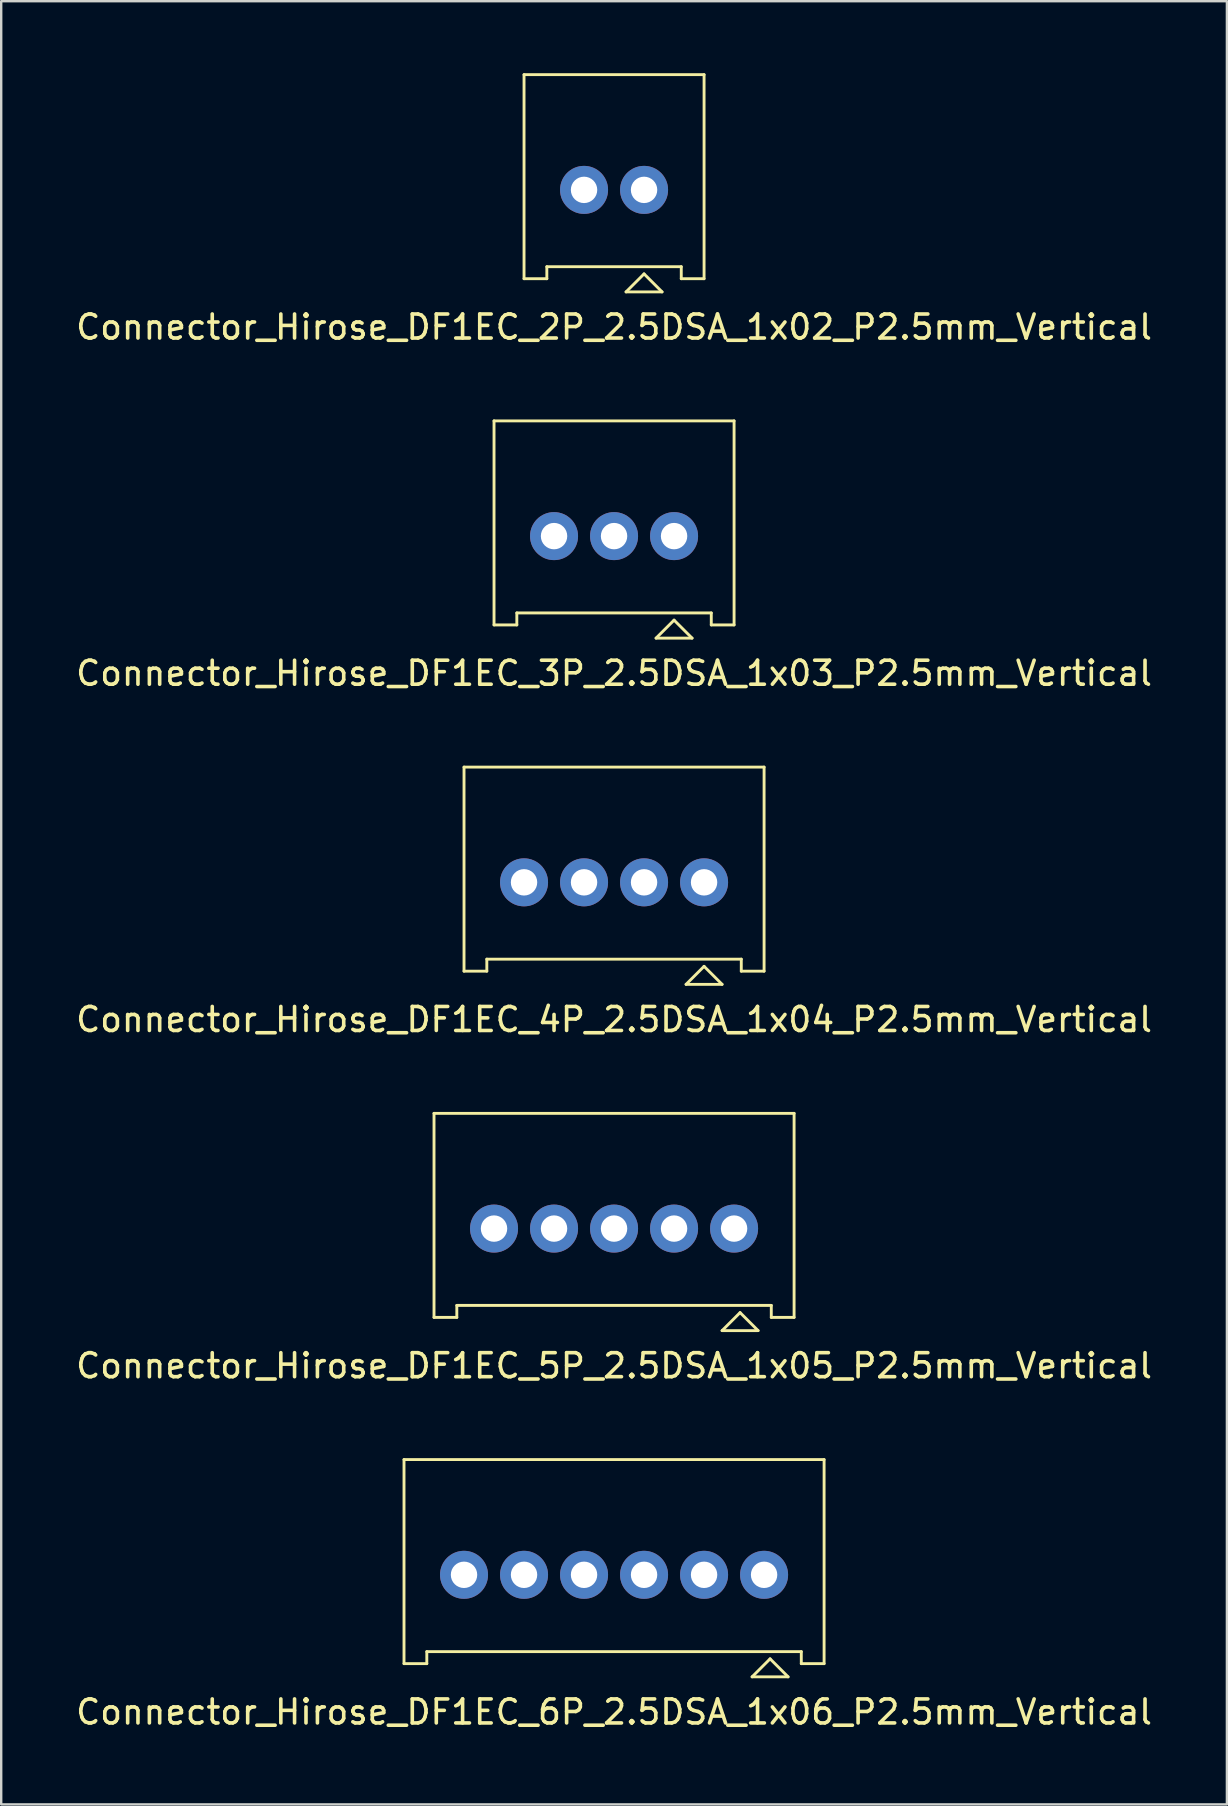
<source format=kicad_pcb>
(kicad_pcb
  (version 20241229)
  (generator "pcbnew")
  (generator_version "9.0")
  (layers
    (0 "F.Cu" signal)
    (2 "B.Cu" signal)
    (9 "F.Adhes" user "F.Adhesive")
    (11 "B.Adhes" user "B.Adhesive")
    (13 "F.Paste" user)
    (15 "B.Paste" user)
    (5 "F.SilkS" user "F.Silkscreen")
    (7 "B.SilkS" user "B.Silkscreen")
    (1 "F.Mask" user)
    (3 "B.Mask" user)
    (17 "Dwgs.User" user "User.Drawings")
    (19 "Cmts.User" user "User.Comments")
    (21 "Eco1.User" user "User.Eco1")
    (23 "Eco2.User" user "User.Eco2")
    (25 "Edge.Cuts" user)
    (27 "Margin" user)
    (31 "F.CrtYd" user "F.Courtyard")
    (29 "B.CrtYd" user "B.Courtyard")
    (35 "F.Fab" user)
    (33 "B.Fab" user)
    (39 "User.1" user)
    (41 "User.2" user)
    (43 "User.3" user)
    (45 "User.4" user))
  (footprint "Connector_Hirose_DF1EC_2P_2.5DSA_1x02_P2.5mm_Vertical"
    (layer "F.Cu")
    (at 22.53 4.86)
    (property "Reference" "Connector_Hirose_DF1EC_2P_2.5DSA_1x02_P2.5mm_Vertical" (at 0 5.715 0) (layer "F.SilkS") (effects (font (size 1 1) (thickness 0.15))))
    (attr through_hole)
    (fp_line (start -3.75 -4.8) (end -3.75 3.7) (stroke (width 0.12) (type solid)) (layer "F.SilkS"))
    (fp_line (start -3.75 -4.8) (end 3.75 -4.8) (stroke (width 0.12) (type solid)) (layer "F.SilkS"))
    (fp_line (start -2.8 3.2) (end 2.8 3.2) (stroke (width 0.12) (type solid)) (layer "F.SilkS"))
    (fp_line (start -2.8 3.7) (end -3.75 3.7) (stroke (width 0.12) (type solid)) (layer "F.SilkS"))
    (fp_line (start -2.8 3.7) (end -2.8 3.2) (stroke (width 0.12) (type solid)) (layer "F.SilkS"))
    (fp_line (start 0.5 4.25) (end 2 4.25) (stroke (width 0.12) (type solid)) (layer "F.SilkS"))
    (fp_line (start 1.25 3.5) (end 0.5 4.25) (stroke (width 0.12) (type solid)) (layer "F.SilkS"))
    (fp_line (start 2 4.25) (end 1.25 3.5) (stroke (width 0.12) (type solid)) (layer "F.SilkS"))
    (fp_line (start 2.8 3.7) (end 2.8 3.2) (stroke (width 0.12) (type solid)) (layer "F.SilkS"))
    (fp_line (start 3.75 -4.8) (end 3.75 3.7) (stroke (width 0.12) (type solid)) (layer "F.SilkS"))
    (fp_line (start 3.75 3.7) (end 2.8 3.7) (stroke (width 0.12) (type solid)) (layer "F.SilkS"))
    (pad "1" thru_hole circle (at 1.25 0) (size 2 2) (drill 1.1) (layers "*.Cu" "*.Mask"))
    (pad "2" thru_hole circle (at -1.25 0) (size 2 2) (drill 1.1) (layers "*.Cu" "*.Mask")))
  (footprint "Connector_Hirose_DF1EC_5P_2.5DSA_1x05_P2.5mm_Vertical"
    (layer "F.Cu")
    (at 22.53 48.13)
    (property "Reference" "Connector_Hirose_DF1EC_5P_2.5DSA_1x05_P2.5mm_Vertical" (at 0 5.715 0) (layer "F.SilkS") (effects (font (size 1 1) (thickness 0.15))))
    (attr through_hole)
    (fp_line (start -7.5 -4.8) (end -7.5 3.7) (stroke (width 0.12) (type solid)) (layer "F.SilkS"))
    (fp_line (start -7.5 -4.8) (end 7.5 -4.8) (stroke (width 0.12) (type solid)) (layer "F.SilkS"))
    (fp_line (start -6.55 3.2) (end 6.55 3.2) (stroke (width 0.12) (type solid)) (layer "F.SilkS"))
    (fp_line (start -6.55 3.7) (end -7.5 3.7) (stroke (width 0.12) (type solid)) (layer "F.SilkS"))
    (fp_line (start -6.55 3.7) (end -6.55 3.2) (stroke (width 0.12) (type solid)) (layer "F.SilkS"))
    (fp_line (start 4.5 4.25) (end 6 4.25) (stroke (width 0.12) (type solid)) (layer "F.SilkS"))
    (fp_line (start 5.25 3.5) (end 4.5 4.25) (stroke (width 0.12) (type solid)) (layer "F.SilkS"))
    (fp_line (start 6 4.25) (end 5.25 3.5) (stroke (width 0.12) (type solid)) (layer "F.SilkS"))
    (fp_line (start 6.55 3.7) (end 6.55 3.2) (stroke (width 0.12) (type solid)) (layer "F.SilkS"))
    (fp_line (start 7.5 -4.8) (end 7.5 3.7) (stroke (width 0.12) (type solid)) (layer "F.SilkS"))
    (fp_line (start 7.5 3.7) (end 6.55 3.7) (stroke (width 0.12) (type solid)) (layer "F.SilkS"))
    (pad "1" thru_hole circle (at 5 0) (size 2 2) (drill 1.1) (layers "*.Cu" "*.Mask"))
    (pad "2" thru_hole circle (at 2.5 0) (size 2 2) (drill 1.1) (layers "*.Cu" "*.Mask"))
    (pad "3" thru_hole circle (at 0 0) (size 2 2) (drill 1.1) (layers "*.Cu" "*.Mask"))
    (pad "4" thru_hole circle (at -2.5 0) (size 2 2) (drill 1.1) (layers "*.Cu" "*.Mask"))
    (pad "5" thru_hole circle (at -5 0) (size 2 2) (drill 1.1) (layers "*.Cu" "*.Mask")))
  (footprint "Connector_Hirose_DF1EC_3P_2.5DSA_1x03_P2.5mm_Vertical"
    (layer "F.Cu")
    (at 22.53 19.283)
    (property "Reference" "Connector_Hirose_DF1EC_3P_2.5DSA_1x03_P2.5mm_Vertical" (at 0 5.715 0) (layer "F.SilkS") (effects (font (size 1 1) (thickness 0.15))))
    (attr through_hole)
    (fp_line (start -5 -4.8) (end -5 3.7) (stroke (width 0.12) (type solid)) (layer "F.SilkS"))
    (fp_line (start -5 -4.8) (end 5 -4.8) (stroke (width 0.12) (type solid)) (layer "F.SilkS"))
    (fp_line (start -4.05 3.2) (end 4.05 3.2) (stroke (width 0.12) (type solid)) (layer "F.SilkS"))
    (fp_line (start -4.05 3.7) (end -5 3.7) (stroke (width 0.12) (type solid)) (layer "F.SilkS"))
    (fp_line (start -4.05 3.7) (end -4.05 3.2) (stroke (width 0.12) (type solid)) (layer "F.SilkS"))
    (fp_line (start 1.75 4.25) (end 3.25 4.25) (stroke (width 0.12) (type solid)) (layer "F.SilkS"))
    (fp_line (start 2.5 3.5) (end 1.75 4.25) (stroke (width 0.12) (type solid)) (layer "F.SilkS"))
    (fp_line (start 3.25 4.25) (end 2.5 3.5) (stroke (width 0.12) (type solid)) (layer "F.SilkS"))
    (fp_line (start 4.05 3.7) (end 4.05 3.2) (stroke (width 0.12) (type solid)) (layer "F.SilkS"))
    (fp_line (start 5 -4.8) (end 5 3.7) (stroke (width 0.12) (type solid)) (layer "F.SilkS"))
    (fp_line (start 5 3.7) (end 4.05 3.7) (stroke (width 0.12) (type solid)) (layer "F.SilkS"))
    (pad "1" thru_hole circle (at 2.5 0) (size 2 2) (drill 1.1) (layers "*.Cu" "*.Mask"))
    (pad "2" thru_hole circle (at 0 0) (size 2 2) (drill 1.1) (layers "*.Cu" "*.Mask"))
    (pad "3" thru_hole circle (at -2.5 0) (size 2 2) (drill 1.1) (layers "*.Cu" "*.Mask")))
  (footprint "Connector_Hirose_DF1EC_6P_2.5DSA_1x06_P2.5mm_Vertical"
    (layer "F.Cu")
    (at 22.53 62.553)
    (property "Reference" "Connector_Hirose_DF1EC_6P_2.5DSA_1x06_P2.5mm_Vertical" (at 0 5.715 0) (layer "F.SilkS") (effects (font (size 1 1) (thickness 0.15))))
    (attr through_hole)
    (fp_line (start -8.75 -4.8) (end -8.75 3.7) (stroke (width 0.12) (type solid)) (layer "F.SilkS"))
    (fp_line (start -8.75 -4.8) (end 8.75 -4.8) (stroke (width 0.12) (type solid)) (layer "F.SilkS"))
    (fp_line (start -7.8 3.2) (end 7.8 3.2) (stroke (width 0.12) (type solid)) (layer "F.SilkS"))
    (fp_line (start -7.8 3.7) (end -8.75 3.7) (stroke (width 0.12) (type solid)) (layer "F.SilkS"))
    (fp_line (start -7.8 3.7) (end -7.8 3.2) (stroke (width 0.12) (type solid)) (layer "F.SilkS"))
    (fp_line (start 5.75 4.25) (end 7.25 4.25) (stroke (width 0.12) (type solid)) (layer "F.SilkS"))
    (fp_line (start 6.5 3.5) (end 5.75 4.25) (stroke (width 0.12) (type solid)) (layer "F.SilkS"))
    (fp_line (start 7.25 4.25) (end 6.5 3.5) (stroke (width 0.12) (type solid)) (layer "F.SilkS"))
    (fp_line (start 7.8 3.7) (end 7.8 3.2) (stroke (width 0.12) (type solid)) (layer "F.SilkS"))
    (fp_line (start 8.75 -4.8) (end 8.75 3.7) (stroke (width 0.12) (type solid)) (layer "F.SilkS"))
    (fp_line (start 8.75 3.7) (end 7.8 3.7) (stroke (width 0.12) (type solid)) (layer "F.SilkS"))
    (pad "1" thru_hole circle (at 6.25 0) (size 2 2) (drill 1.1) (layers "*.Cu" "*.Mask"))
    (pad "2" thru_hole circle (at 3.75 0) (size 2 2) (drill 1.1) (layers "*.Cu" "*.Mask"))
    (pad "3" thru_hole circle (at 1.25 0) (size 2 2) (drill 1.1) (layers "*.Cu" "*.Mask"))
    (pad "4" thru_hole circle (at -1.25 0) (size 2 2) (drill 1.1) (layers "*.Cu" "*.Mask"))
    (pad "5" thru_hole circle (at -3.75 0) (size 2 2) (drill 1.1) (layers "*.Cu" "*.Mask"))
    (pad "6" thru_hole circle (at -6.25 0) (size 2 2) (drill 1.1) (layers "*.Cu" "*.Mask")))
  (footprint "Connector_Hirose_DF1EC_4P_2.5DSA_1x04_P2.5mm_Vertical"
    (layer "F.Cu")
    (at 22.53 33.706)
    (property "Reference" "Connector_Hirose_DF1EC_4P_2.5DSA_1x04_P2.5mm_Vertical" (at 0 5.715 0) (layer "F.SilkS") (effects (font (size 1 1) (thickness 0.15))))
    (attr through_hole)
    (fp_line (start -6.25 -4.8) (end -6.25 3.7) (stroke (width 0.12) (type solid)) (layer "F.SilkS"))
    (fp_line (start -6.25 -4.8) (end 6.25 -4.8) (stroke (width 0.12) (type solid)) (layer "F.SilkS"))
    (fp_line (start -5.3 3.2) (end 5.3 3.2) (stroke (width 0.12) (type solid)) (layer "F.SilkS"))
    (fp_line (start -5.3 3.7) (end -6.25 3.7) (stroke (width 0.12) (type solid)) (layer "F.SilkS"))
    (fp_line (start -5.3 3.7) (end -5.3 3.2) (stroke (width 0.12) (type solid)) (layer "F.SilkS"))
    (fp_line (start 3 4.25) (end 4.5 4.25) (stroke (width 0.12) (type solid)) (layer "F.SilkS"))
    (fp_line (start 3.75 3.5) (end 3 4.25) (stroke (width 0.12) (type solid)) (layer "F.SilkS"))
    (fp_line (start 4.5 4.25) (end 3.75 3.5) (stroke (width 0.12) (type solid)) (layer "F.SilkS"))
    (fp_line (start 5.3 3.7) (end 5.3 3.2) (stroke (width 0.12) (type solid)) (layer "F.SilkS"))
    (fp_line (start 6.25 -4.8) (end 6.25 3.7) (stroke (width 0.12) (type solid)) (layer "F.SilkS"))
    (fp_line (start 6.25 3.7) (end 5.3 3.7) (stroke (width 0.12) (type solid)) (layer "F.SilkS"))
    (pad "1" thru_hole circle (at 3.75 0) (size 2 2) (drill 1.1) (layers "*.Cu" "*.Mask"))
    (pad "2" thru_hole circle (at 1.25 0) (size 2 2) (drill 1.1) (layers "*.Cu" "*.Mask"))
    (pad "3" thru_hole circle (at -1.25 0) (size 2 2) (drill 1.1) (layers "*.Cu" "*.Mask"))
    (pad "4" thru_hole circle (at -3.75 0) (size 2 2) (drill 1.1) (layers "*.Cu" "*.Mask")))
  (gr_rect
    (start -3 -3)
    (end 48.06 72.116)
    (stroke (width 0.1) (type default))
    (fill no)
    (layer "Edge.Cuts")))
</source>
